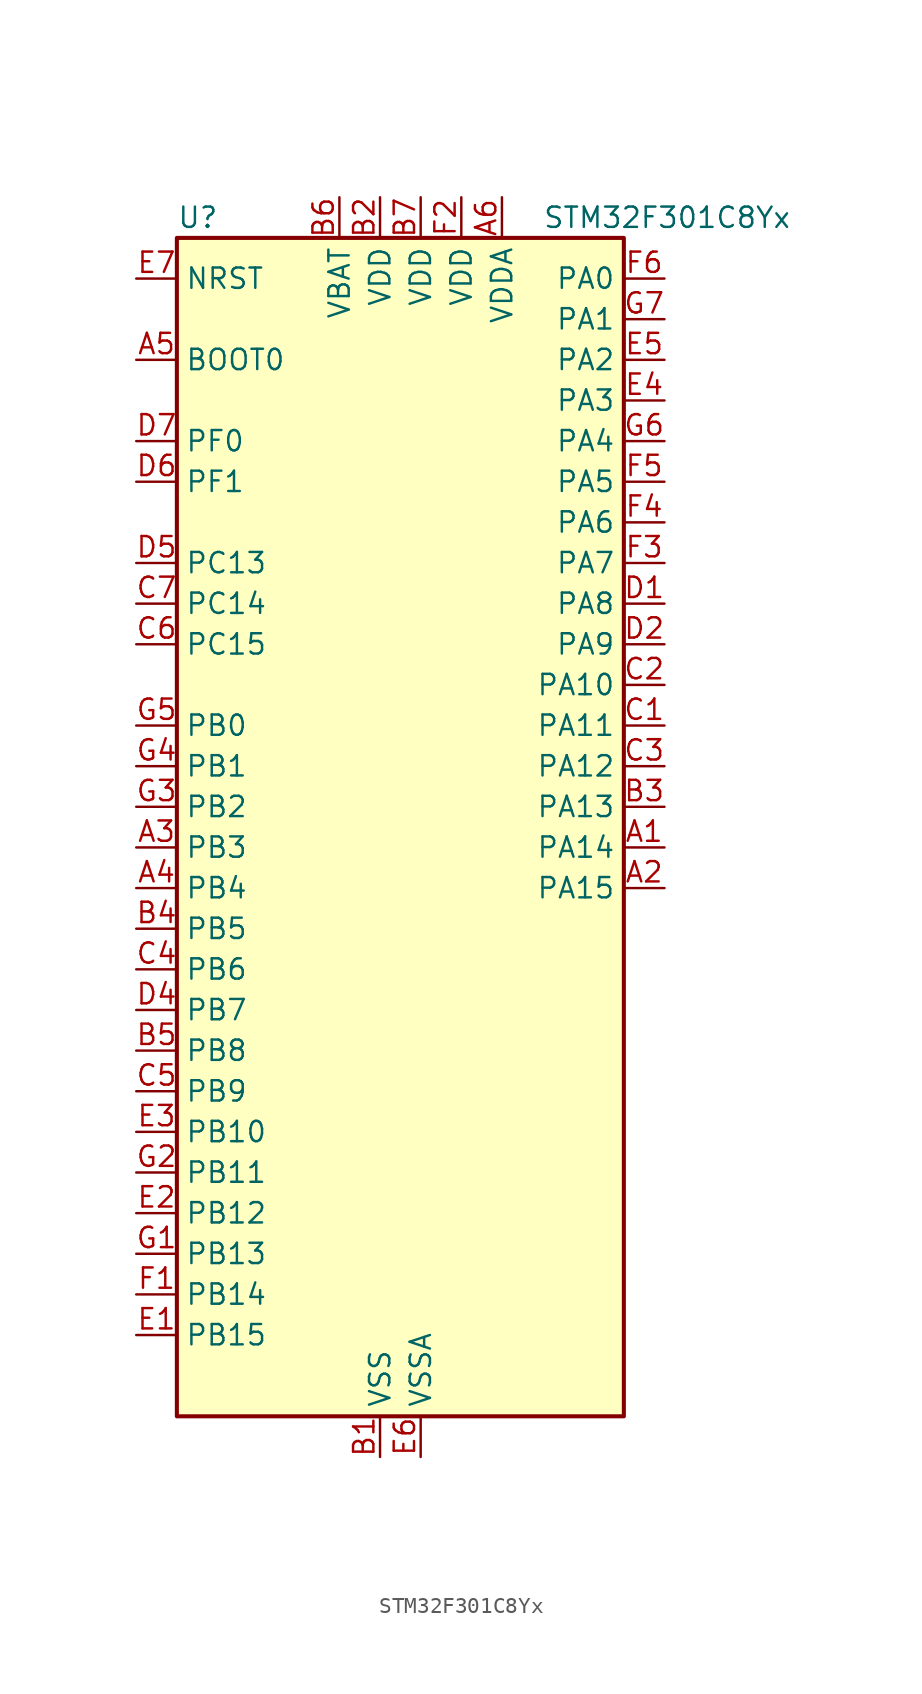
<source format=kicad_sym>
(kicad_symbol_lib
  (version 20231120)
  (generator "kicad_symbol_editor")
  (generator_version "8.0")
  (symbol "STM32F301C8Yx"
    (property "Reference" "U"
      (at -12.7 39.37 0)
      (effects (font (size 1.27 1.27)) (justify left)))
    (property "Value" "STM32F301C8Yx"
      (at 10.16 39.37 0)
      (effects (font (size 1.27 1.27)) (justify left)))
    (property "ki_locked" ""
      (at 0 0 0)
      (effects (font (size 1.27 1.27))))
    (symbol "STM32F301C8Yx_0_1"
      (rectangle (start -12.7 -35.56) (end 15.24 38.1) (stroke (width 0.254) (type default)) (fill (type background))))
    (symbol "STM32F301C8Yx_1_1"
      (pin bidirectional line (at 17.78 0 180) (length 2.54) (name "PA14" (effects (font (size 1.27 1.27)))) (number "A1" (effects (font (size 1.27 1.27)))) (alternate "I2C1_SDA" bidirectional line) (alternate "SYS_JTCK-SWCLK" bidirectional line) (alternate "TIM1_BKIN" bidirectional line) (alternate "TSC_G4_IO4" bidirectional line) (alternate "USART2_TX" bidirectional line))
      (pin bidirectional line (at 17.78 -2.54 180) (length 2.54) (name "PA15" (effects (font (size 1.27 1.27)))) (number "A2" (effects (font (size 1.27 1.27)))) (alternate "ADC1_EXTI15" bidirectional line) (alternate "I2C1_SCL" bidirectional line) (alternate "I2S3_WS" bidirectional line) (alternate "SPI3_NSS" bidirectional line) (alternate "SYS_JTDI" bidirectional line) (alternate "TIM1_BKIN" bidirectional line) (alternate "TIM2_CH1" bidirectional line) (alternate "TIM2_ETR" bidirectional line) (alternate "TSC_SYNC" bidirectional line) (alternate "USART2_RX" bidirectional line))
      (pin bidirectional line (at -15.24 0 0) (length 2.54) (name "PB3" (effects (font (size 1.27 1.27)))) (number "A3" (effects (font (size 1.27 1.27)))) (alternate "I2S3_CK" bidirectional line) (alternate "SPI3_SCK" bidirectional line) (alternate "SYS_JTDO-TRACESWO" bidirectional line) (alternate "TIM2_CH2" bidirectional line) (alternate "TSC_G5_IO1" bidirectional line) (alternate "USART2_TX" bidirectional line))
      (pin bidirectional line (at -15.24 -2.54 0) (length 2.54) (name "PB4" (effects (font (size 1.27 1.27)))) (number "A4" (effects (font (size 1.27 1.27)))) (alternate "I2S3_ext_SD" bidirectional line) (alternate "SPI3_MISO" bidirectional line) (alternate "SYS_NJTRST" bidirectional line) (alternate "TIM16_CH1" bidirectional line) (alternate "TIM17_BKIN" bidirectional line) (alternate "TSC_G5_IO2" bidirectional line) (alternate "USART2_RX" bidirectional line))
      (pin input line (at -15.24 30.48 0) (length 2.54) (name "BOOT0" (effects (font (size 1.27 1.27)))) (number "A5" (effects (font (size 1.27 1.27)))))
      (pin power_in line (at 7.62 40.64 270) (length 2.54) (name "VDDA" (effects (font (size 1.27 1.27)))) (number "A6" (effects (font (size 1.27 1.27)))))
      (pin no_connect line (at -12.7 -35.56 0) (length 2.54) hide (name "NC" (effects (font (size 1.27 1.27)))) (number "A7" (effects (font (size 1.27 1.27)))))
      (pin power_in line (at 0 -38.1 90) (length 2.54) (name "VSS" (effects (font (size 1.27 1.27)))) (number "B1" (effects (font (size 1.27 1.27)))))
      (pin power_in line (at 0 40.64 270) (length 2.54) (name "VDD" (effects (font (size 1.27 1.27)))) (number "B2" (effects (font (size 1.27 1.27)))))
      (pin bidirectional line (at 17.78 2.54 180) (length 2.54) (name "PA13" (effects (font (size 1.27 1.27)))) (number "B3" (effects (font (size 1.27 1.27)))) (alternate "IR_OUT" bidirectional line) (alternate "SYS_JTMS-SWDIO" bidirectional line) (alternate "TIM16_CH1N" bidirectional line) (alternate "TSC_G4_IO3" bidirectional line) (alternate "USART3_CTS" bidirectional line))
      (pin bidirectional line (at -15.24 -5.08 0) (length 2.54) (name "PB5" (effects (font (size 1.27 1.27)))) (number "B4" (effects (font (size 1.27 1.27)))) (alternate "I2C1_SMBA" bidirectional line) (alternate "I2C3_SDA" bidirectional line) (alternate "I2S3_SD" bidirectional line) (alternate "SPI3_MOSI" bidirectional line) (alternate "TIM16_BKIN" bidirectional line) (alternate "TIM17_CH1" bidirectional line) (alternate "USART2_CK" bidirectional line))
      (pin bidirectional line (at -15.24 -12.7 0) (length 2.54) (name "PB8" (effects (font (size 1.27 1.27)))) (number "B5" (effects (font (size 1.27 1.27)))) (alternate "I2C1_SCL" bidirectional line) (alternate "TIM16_CH1" bidirectional line) (alternate "TIM1_BKIN" bidirectional line) (alternate "TSC_SYNC" bidirectional line) (alternate "USART3_RX" bidirectional line))
      (pin power_in line (at -2.54 40.64 270) (length 2.54) (name "VBAT" (effects (font (size 1.27 1.27)))) (number "B6" (effects (font (size 1.27 1.27)))))
      (pin power_in line (at 2.54 40.64 270) (length 2.54) (name "VDD" (effects (font (size 1.27 1.27)))) (number "B7" (effects (font (size 1.27 1.27)))))
      (pin bidirectional line (at 17.78 7.62 180) (length 2.54) (name "PA11" (effects (font (size 1.27 1.27)))) (number "C1" (effects (font (size 1.27 1.27)))) (alternate "ADC1_EXTI11" bidirectional line) (alternate "I2S2_SD" bidirectional line) (alternate "SPI2_MOSI" bidirectional line) (alternate "TIM1_BKIN2" bidirectional line) (alternate "TIM1_CH1N" bidirectional line) (alternate "TIM1_CH4" bidirectional line) (alternate "USART1_CTS" bidirectional line))
      (pin bidirectional line (at 17.78 10.16 180) (length 2.54) (name "PA10" (effects (font (size 1.27 1.27)))) (number "C2" (effects (font (size 1.27 1.27)))) (alternate "COMP6_OUT" bidirectional line) (alternate "I2C2_SDA" bidirectional line) (alternate "I2S2_ext_SD" bidirectional line) (alternate "SPI2_MISO" bidirectional line) (alternate "TIM17_BKIN" bidirectional line) (alternate "TIM1_CH3" bidirectional line) (alternate "TIM2_CH4" bidirectional line) (alternate "TSC_G4_IO2" bidirectional line) (alternate "USART1_RX" bidirectional line))
      (pin bidirectional line (at 17.78 5.08 180) (length 2.54) (name "PA12" (effects (font (size 1.27 1.27)))) (number "C3" (effects (font (size 1.27 1.27)))) (alternate "COMP2_OUT" bidirectional line) (alternate "I2S_CKIN" bidirectional line) (alternate "TIM16_CH1" bidirectional line) (alternate "TIM1_CH2N" bidirectional line) (alternate "TIM1_ETR" bidirectional line) (alternate "USART1_DE" bidirectional line) (alternate "USART1_RTS" bidirectional line))
      (pin bidirectional line (at -15.24 -7.62 0) (length 2.54) (name "PB6" (effects (font (size 1.27 1.27)))) (number "C4" (effects (font (size 1.27 1.27)))) (alternate "I2C1_SCL" bidirectional line) (alternate "TIM16_CH1N" bidirectional line) (alternate "TSC_G5_IO3" bidirectional line) (alternate "USART1_TX" bidirectional line))
      (pin bidirectional line (at -15.24 -15.24 0) (length 2.54) (name "PB9" (effects (font (size 1.27 1.27)))) (number "C5" (effects (font (size 1.27 1.27)))) (alternate "COMP2_OUT" bidirectional line) (alternate "DAC_EXTI9" bidirectional line) (alternate "I2C1_SDA" bidirectional line) (alternate "IR_OUT" bidirectional line) (alternate "TIM17_CH1" bidirectional line) (alternate "USART3_TX" bidirectional line))
      (pin bidirectional line (at -15.24 12.7 0) (length 2.54) (name "PC15" (effects (font (size 1.27 1.27)))) (number "C6" (effects (font (size 1.27 1.27)))) (alternate "ADC1_EXTI15" bidirectional line) (alternate "RCC_OSC32_OUT" bidirectional line))
      (pin bidirectional line (at -15.24 15.24 0) (length 2.54) (name "PC14" (effects (font (size 1.27 1.27)))) (number "C7" (effects (font (size 1.27 1.27)))) (alternate "RCC_OSC32_IN" bidirectional line))
      (pin bidirectional line (at 17.78 15.24 180) (length 2.54) (name "PA8" (effects (font (size 1.27 1.27)))) (number "D1" (effects (font (size 1.27 1.27)))) (alternate "I2C2_SMBA" bidirectional line) (alternate "I2C3_SCL" bidirectional line) (alternate "I2S2_MCK" bidirectional line) (alternate "RCC_MCO" bidirectional line) (alternate "TIM1_CH1" bidirectional line) (alternate "USART1_CK" bidirectional line))
      (pin bidirectional line (at 17.78 12.7 180) (length 2.54) (name "PA9" (effects (font (size 1.27 1.27)))) (number "D2" (effects (font (size 1.27 1.27)))) (alternate "DAC_EXTI9" bidirectional line) (alternate "I2C2_SCL" bidirectional line) (alternate "I2C3_SMBA" bidirectional line) (alternate "I2S3_MCK" bidirectional line) (alternate "TIM15_BKIN" bidirectional line) (alternate "TIM1_CH2" bidirectional line) (alternate "TIM2_CH3" bidirectional line) (alternate "TSC_G4_IO1" bidirectional line) (alternate "USART1_TX" bidirectional line))
      (pin passive line (at 0 -38.1 90) (length 2.54) hide (name "VSS" (effects (font (size 1.27 1.27)))) (number "D3" (effects (font (size 1.27 1.27)))))
      (pin bidirectional line (at -15.24 -10.16 0) (length 2.54) (name "PB7" (effects (font (size 1.27 1.27)))) (number "D4" (effects (font (size 1.27 1.27)))) (alternate "I2C1_SDA" bidirectional line) (alternate "TIM17_CH1N" bidirectional line) (alternate "TSC_G5_IO4" bidirectional line) (alternate "USART1_RX" bidirectional line))
      (pin bidirectional line (at -15.24 17.78 0) (length 2.54) (name "PC13" (effects (font (size 1.27 1.27)))) (number "D5" (effects (font (size 1.27 1.27)))) (alternate "RTC_OUT_ALARM" bidirectional line) (alternate "RTC_OUT_CALIB" bidirectional line) (alternate "RTC_TAMP1" bidirectional line) (alternate "RTC_TS" bidirectional line) (alternate "SYS_WKUP2" bidirectional line) (alternate "TIM1_CH1N" bidirectional line))
      (pin bidirectional line (at -15.24 22.86 0) (length 2.54) (name "PF1" (effects (font (size 1.27 1.27)))) (number "D6" (effects (font (size 1.27 1.27)))) (alternate "I2C2_SCL" bidirectional line) (alternate "I2S2_CK" bidirectional line) (alternate "RCC_OSC_OUT" bidirectional line) (alternate "SPI2_SCK" bidirectional line))
      (pin bidirectional line (at -15.24 25.4 0) (length 2.54) (name "PF0" (effects (font (size 1.27 1.27)))) (number "D7" (effects (font (size 1.27 1.27)))) (alternate "I2C2_SDA" bidirectional line) (alternate "I2S2_WS" bidirectional line) (alternate "RCC_OSC_IN" bidirectional line) (alternate "SPI2_NSS" bidirectional line) (alternate "TIM1_CH3N" bidirectional line))
      (pin bidirectional line (at -15.24 -30.48 0) (length 2.54) (name "PB15" (effects (font (size 1.27 1.27)))) (number "E1" (effects (font (size 1.27 1.27)))) (alternate "ADC1_EXTI15" bidirectional line) (alternate "COMP6_INM" bidirectional line) (alternate "I2S2_SD" bidirectional line) (alternate "RTC_REFIN" bidirectional line) (alternate "SPI2_MOSI" bidirectional line) (alternate "TIM15_CH1N" bidirectional line) (alternate "TIM15_CH2" bidirectional line) (alternate "TIM1_CH3N" bidirectional line))
      (pin bidirectional line (at -15.24 -22.86 0) (length 2.54) (name "PB12" (effects (font (size 1.27 1.27)))) (number "E2" (effects (font (size 1.27 1.27)))) (alternate "I2C2_SMBA" bidirectional line) (alternate "I2S2_WS" bidirectional line) (alternate "SPI2_NSS" bidirectional line) (alternate "TIM1_BKIN" bidirectional line) (alternate "TSC_G6_IO2" bidirectional line) (alternate "USART3_CK" bidirectional line))
      (pin bidirectional line (at -15.24 -17.78 0) (length 2.54) (name "PB10" (effects (font (size 1.27 1.27)))) (number "E3" (effects (font (size 1.27 1.27)))) (alternate "TIM2_CH3" bidirectional line) (alternate "TSC_SYNC" bidirectional line) (alternate "USART3_TX" bidirectional line))
      (pin bidirectional line (at 17.78 27.94 180) (length 2.54) (name "PA3" (effects (font (size 1.27 1.27)))) (number "E4" (effects (font (size 1.27 1.27)))) (alternate "ADC1_IN4" bidirectional line) (alternate "TIM15_CH2" bidirectional line) (alternate "TIM2_CH4" bidirectional line) (alternate "TSC_G1_IO4" bidirectional line) (alternate "USART2_RX" bidirectional line))
      (pin bidirectional line (at 17.78 30.48 180) (length 2.54) (name "PA2" (effects (font (size 1.27 1.27)))) (number "E5" (effects (font (size 1.27 1.27)))) (alternate "ADC1_IN3" bidirectional line) (alternate "COMP2_INM" bidirectional line) (alternate "COMP2_OUT" bidirectional line) (alternate "TIM15_CH1" bidirectional line) (alternate "TIM2_CH3" bidirectional line) (alternate "TSC_G1_IO3" bidirectional line) (alternate "USART2_TX" bidirectional line))
      (pin power_in line (at 2.54 -38.1 90) (length 2.54) (name "VSSA" (effects (font (size 1.27 1.27)))) (number "E6" (effects (font (size 1.27 1.27)))))
      (pin input line (at -15.24 35.56 0) (length 2.54) (name "NRST" (effects (font (size 1.27 1.27)))) (number "E7" (effects (font (size 1.27 1.27)))))
      (pin bidirectional line (at -15.24 -27.94 0) (length 2.54) (name "PB14" (effects (font (size 1.27 1.27)))) (number "F1" (effects (font (size 1.27 1.27)))) (alternate "I2S2_ext_SD" bidirectional line) (alternate "OPAMP2_VINP" bidirectional line) (alternate "OPAMP2_VINP_SEC" bidirectional line) (alternate "SPI2_MISO" bidirectional line) (alternate "TIM15_CH1" bidirectional line) (alternate "TIM1_CH2N" bidirectional line) (alternate "TSC_G6_IO4" bidirectional line) (alternate "USART3_DE" bidirectional line) (alternate "USART3_RTS" bidirectional line))
      (pin power_in line (at 5.08 40.64 270) (length 2.54) (name "VDD" (effects (font (size 1.27 1.27)))) (number "F2" (effects (font (size 1.27 1.27)))))
      (pin bidirectional line (at 17.78 17.78 180) (length 2.54) (name "PA7" (effects (font (size 1.27 1.27)))) (number "F3" (effects (font (size 1.27 1.27)))) (alternate "ADC1_IN15" bidirectional line) (alternate "COMP2_INP" bidirectional line) (alternate "OPAMP2_VINP" bidirectional line) (alternate "OPAMP2_VINP_SEC" bidirectional line) (alternate "TIM17_CH1" bidirectional line) (alternate "TIM1_CH1N" bidirectional line) (alternate "TSC_G2_IO4" bidirectional line))
      (pin bidirectional line (at 17.78 20.32 180) (length 2.54) (name "PA6" (effects (font (size 1.27 1.27)))) (number "F4" (effects (font (size 1.27 1.27)))) (alternate "ADC1_IN10" bidirectional line) (alternate "OPAMP2_VOUT" bidirectional line) (alternate "TIM16_CH1" bidirectional line) (alternate "TIM1_BKIN" bidirectional line) (alternate "TSC_G2_IO3" bidirectional line))
      (pin bidirectional line (at 17.78 22.86 180) (length 2.54) (name "PA5" (effects (font (size 1.27 1.27)))) (number "F5" (effects (font (size 1.27 1.27)))) (alternate "OPAMP2_VINM" bidirectional line) (alternate "OPAMP2_VINM_SEC" bidirectional line) (alternate "TIM2_CH1" bidirectional line) (alternate "TIM2_ETR" bidirectional line) (alternate "TSC_G2_IO2" bidirectional line))
      (pin bidirectional line (at 17.78 35.56 180) (length 2.54) (name "PA0" (effects (font (size 1.27 1.27)))) (number "F6" (effects (font (size 1.27 1.27)))) (alternate "ADC1_IN1" bidirectional line) (alternate "RTC_TAMP2" bidirectional line) (alternate "SYS_WKUP1" bidirectional line) (alternate "TIM2_CH1" bidirectional line) (alternate "TIM2_ETR" bidirectional line) (alternate "TSC_G1_IO1" bidirectional line) (alternate "USART2_CTS" bidirectional line))
      (pin passive line (at 0 -38.1 90) (length 2.54) hide (name "VSS" (effects (font (size 1.27 1.27)))) (number "F7" (effects (font (size 1.27 1.27)))))
      (pin bidirectional line (at -15.24 -25.4 0) (length 2.54) (name "PB13" (effects (font (size 1.27 1.27)))) (number "G1" (effects (font (size 1.27 1.27)))) (alternate "ADC1_IN13" bidirectional line) (alternate "I2S2_CK" bidirectional line) (alternate "SPI2_SCK" bidirectional line) (alternate "TIM1_CH1N" bidirectional line) (alternate "TSC_G6_IO3" bidirectional line) (alternate "USART3_CTS" bidirectional line))
      (pin bidirectional line (at -15.24 -20.32 0) (length 2.54) (name "PB11" (effects (font (size 1.27 1.27)))) (number "G2" (effects (font (size 1.27 1.27)))) (alternate "ADC1_EXTI11" bidirectional line) (alternate "ADC1_IN14" bidirectional line) (alternate "COMP6_INP" bidirectional line) (alternate "TIM2_CH4" bidirectional line) (alternate "TSC_G6_IO1" bidirectional line) (alternate "USART3_RX" bidirectional line))
      (pin bidirectional line (at -15.24 2.54 0) (length 2.54) (name "PB2" (effects (font (size 1.27 1.27)))) (number "G3" (effects (font (size 1.27 1.27)))) (alternate "COMP4_INM" bidirectional line) (alternate "TSC_G3_IO4" bidirectional line))
      (pin bidirectional line (at -15.24 5.08 0) (length 2.54) (name "PB1" (effects (font (size 1.27 1.27)))) (number "G4" (effects (font (size 1.27 1.27)))) (alternate "ADC1_IN12" bidirectional line) (alternate "COMP4_OUT" bidirectional line) (alternate "TIM1_CH3N" bidirectional line) (alternate "TSC_G3_IO3" bidirectional line))
      (pin bidirectional line (at -15.24 7.62 0) (length 2.54) (name "PB0" (effects (font (size 1.27 1.27)))) (number "G5" (effects (font (size 1.27 1.27)))) (alternate "ADC1_IN11" bidirectional line) (alternate "COMP4_INP" bidirectional line) (alternate "OPAMP2_VINP" bidirectional line) (alternate "OPAMP2_VINP_SEC" bidirectional line) (alternate "TIM1_CH2N" bidirectional line) (alternate "TSC_G3_IO2" bidirectional line))
      (pin bidirectional line (at 17.78 25.4 180) (length 2.54) (name "PA4" (effects (font (size 1.27 1.27)))) (number "G6" (effects (font (size 1.27 1.27)))) (alternate "ADC1_IN5" bidirectional line) (alternate "COMP2_INM" bidirectional line) (alternate "COMP4_INM" bidirectional line) (alternate "COMP6_INM" bidirectional line) (alternate "DAC_OUT1" bidirectional line) (alternate "I2S3_WS" bidirectional line) (alternate "SPI3_NSS" bidirectional line) (alternate "TSC_G2_IO1" bidirectional line) (alternate "USART2_CK" bidirectional line))
      (pin bidirectional line (at 17.78 33.02 180) (length 2.54) (name "PA1" (effects (font (size 1.27 1.27)))) (number "G7" (effects (font (size 1.27 1.27)))) (alternate "ADC1_IN2" bidirectional line) (alternate "RTC_REFIN" bidirectional line) (alternate "TIM15_CH1N" bidirectional line) (alternate "TIM2_CH2" bidirectional line) (alternate "TSC_G1_IO2" bidirectional line) (alternate "USART2_DE" bidirectional line) (alternate "USART2_RTS" bidirectional line)))))
</source>
